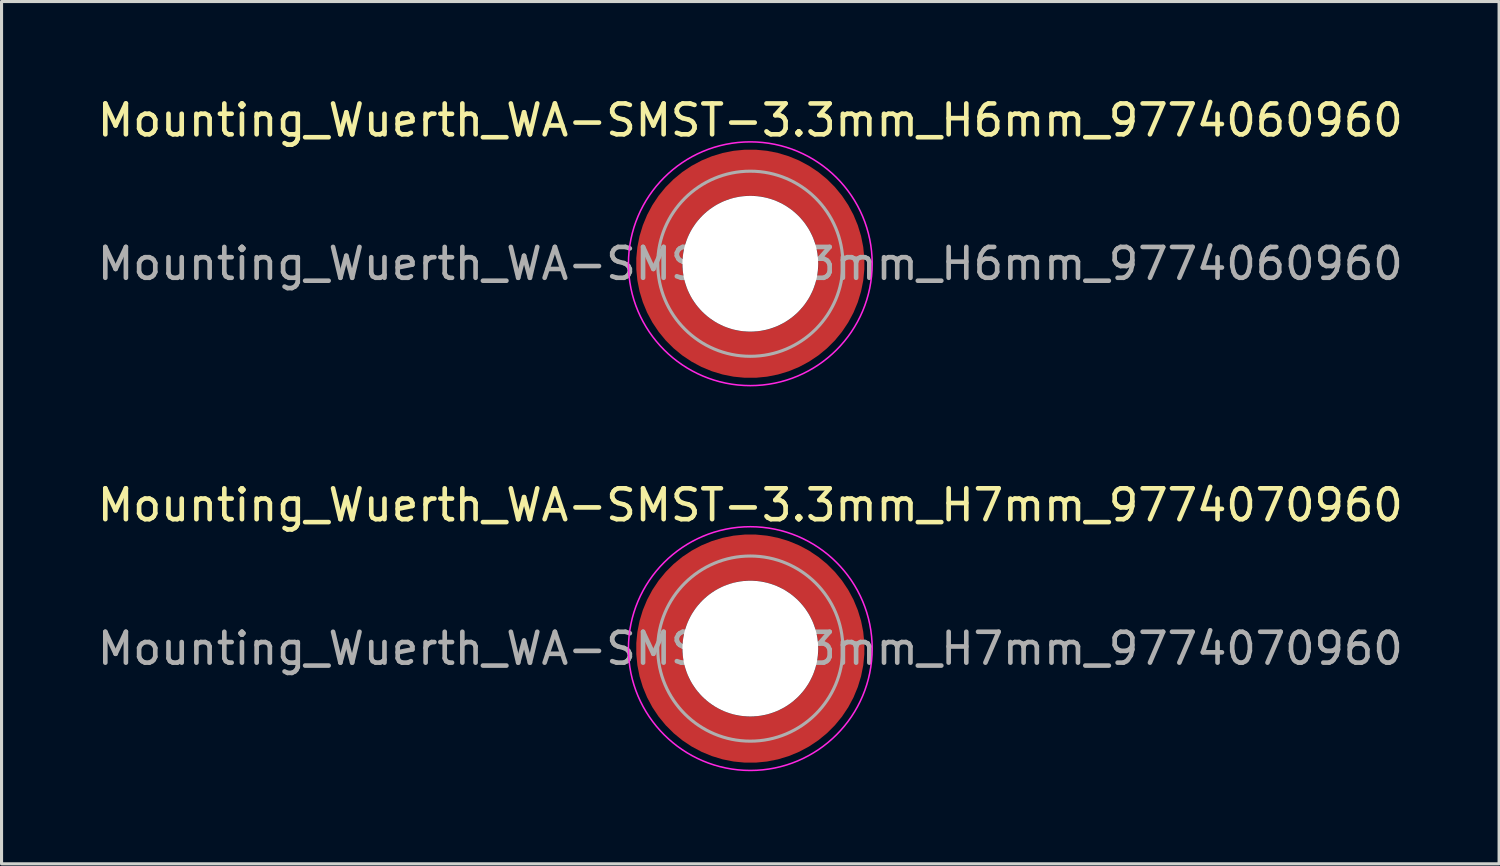
<source format=kicad_pcb>
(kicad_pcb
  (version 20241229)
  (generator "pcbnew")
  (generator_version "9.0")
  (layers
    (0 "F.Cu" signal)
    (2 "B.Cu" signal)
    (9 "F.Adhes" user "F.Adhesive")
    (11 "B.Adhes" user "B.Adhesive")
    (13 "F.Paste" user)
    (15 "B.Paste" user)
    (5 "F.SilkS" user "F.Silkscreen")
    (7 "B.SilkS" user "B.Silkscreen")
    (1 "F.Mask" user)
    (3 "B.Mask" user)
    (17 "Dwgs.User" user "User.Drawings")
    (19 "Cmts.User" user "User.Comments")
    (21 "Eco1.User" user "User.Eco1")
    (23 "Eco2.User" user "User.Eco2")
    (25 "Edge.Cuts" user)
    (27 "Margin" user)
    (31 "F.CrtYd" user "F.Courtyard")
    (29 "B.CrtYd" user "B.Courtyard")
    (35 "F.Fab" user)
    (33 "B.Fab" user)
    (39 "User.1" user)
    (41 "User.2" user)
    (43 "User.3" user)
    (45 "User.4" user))
  (footprint "Mounting_Wuerth_WA-SMST-3.3mm_H6mm_9774060960"
    (layer "F.Cu")
    (at 21.268 5.498)
    (property "Reference" "Mounting_Wuerth_WA-SMST-3.3mm_H6mm_9774060960" (at 0 -4.65 0) (layer "F.SilkS") (effects (font (size 1 1) (thickness 0.15))))
    (attr smd allow_soldermask_bridges)
    (fp_circle (center 0 0) (end 3.95 0) (stroke (width 0.05) (type solid)) (fill no) (layer "F.CrtYd"))
    (fp_circle (center 0 0) (end 3 0) (stroke (width 0.1) (type solid)) (fill no) (layer "F.Fab"))
    (fp_text user "${REFERENCE}" (at 0 0 0) (layer "F.Fab") (effects (font (size 1 1) (thickness 0.15))))
    (pad "" smd custom (at -2.058 -2.058) (size 0.55 0.55) (layers "F.Paste") (options (anchor circle)) (primitives (gr_arc (start -0.377294 1.707681) (mid 0.318198 0.318198) (end 1.707681 -0.377294) (width 0.2)) (gr_arc (start -0.478281 1.707681) (mid 0.247487 0.247487) (end 1.707681 -0.478281) (width 0.2)) (gr_arc (start -0.579192 1.707681) (mid 0.176777 0.176777) (end 1.707681 -0.579192) (width 0.2)) (gr_arc (start -0.680037 1.707681) (mid 0.106066 0.106066) (end 1.707681 -0.680037) (width 0.2)) (gr_arc (start -0.780822 1.707681) (mid 0.035355 0.035355) (end 1.707681 -0.780822) (width 0.2)) (gr_arc (start -0.881554 1.707681) (mid -0.035355 -0.035355) (end 1.707681 -0.881554) (width 0.2)) (gr_arc (start -0.982237 1.707681) (mid -0.106066 -0.106066) (end 1.707681 -0.982237) (width 0.2)) (gr_arc (start -1.082877 1.707681) (mid -0.176777 -0.176777) (end 1.707681 -1.082877) (width 0.2)) (gr_arc (start -1.183476 1.707681) (mid -0.247487 -0.247487) (end 1.707681 -1.183476) (width 0.2)) (gr_arc (start -1.28404 1.707681) (mid -0.318198 -0.318198) (end 1.707681 -1.28404) (width 0.2)) (gr_line (start 1.708 -0.377) (end 1.708 -1.284) (width 0.2)) (gr_line (start -0.377 1.708) (end -1.284 1.708) (width 0.2))))
    (pad "" smd custom (at -2.058 2.058) (size 0.55 0.55) (layers "F.Paste") (options (anchor circle)) (primitives (gr_arc (start 1.707681 0.377294) (mid 0.318198 -0.318198) (end -0.377294 -1.707681) (width 0.2)) (gr_arc (start 1.707681 0.478281) (mid 0.247487 -0.247487) (end -0.478281 -1.707681) (width 0.2)) (gr_arc (start 1.707681 0.579192) (mid 0.176777 -0.176777) (end -0.579192 -1.707681) (width 0.2)) (gr_arc (start 1.707681 0.680037) (mid 0.106066 -0.106066) (end -0.680037 -1.707681) (width 0.2)) (gr_arc (start 1.707681 0.780822) (mid 0.035355 -0.035355) (end -0.780822 -1.707681) (width 0.2)) (gr_arc (start 1.707681 0.881554) (mid -0.035355 0.035355) (end -0.881554 -1.707681) (width 0.2)) (gr_arc (start 1.707681 0.982237) (mid -0.106066 0.106066) (end -0.982237 -1.707681) (width 0.2)) (gr_arc (start 1.707681 1.082877) (mid -0.176777 0.176777) (end -1.082877 -1.707681) (width 0.2)) (gr_arc (start 1.707681 1.183476) (mid -0.247487 0.247487) (end -1.183476 -1.707681) (width 0.2)) (gr_arc (start 1.707681 1.28404) (mid -0.318198 0.318198) (end -1.28404 -1.707681) (width 0.2)) (gr_line (start -0.377 -1.708) (end -1.284 -1.708) (width 0.2)) (gr_line (start 1.708 0.377) (end 1.708 1.284) (width 0.2))))
    (pad "" np_thru_hole circle (at 0 0) (size 4.4 4.4) (drill 4.4) (layers "*.Cu" "*.Mask"))
    (pad "" smd custom (at 2.058 -2.058) (size 0.55 0.55) (layers "F.Paste") (options (anchor circle)) (primitives (gr_arc (start -1.707681 -0.377294) (mid -0.318198 0.318198) (end 0.377294 1.707681) (width 0.2)) (gr_arc (start -1.707681 -0.478281) (mid -0.247487 0.247487) (end 0.478281 1.707681) (width 0.2)) (gr_arc (start -1.707681 -0.579192) (mid -0.176777 0.176777) (end 0.579192 1.707681) (width 0.2)) (gr_arc (start -1.707681 -0.680037) (mid -0.106066 0.106066) (end 0.680037 1.707681) (width 0.2)) (gr_arc (start -1.707681 -0.780822) (mid -0.035355 0.035355) (end 0.780822 1.707681) (width 0.2)) (gr_arc (start -1.707681 -0.881554) (mid 0.035355 -0.035355) (end 0.881554 1.707681) (width 0.2)) (gr_arc (start -1.707681 -0.982237) (mid 0.106066 -0.106066) (end 0.982237 1.707681) (width 0.2)) (gr_arc (start -1.707681 -1.082877) (mid 0.176777 -0.176777) (end 1.082877 1.707681) (width 0.2)) (gr_arc (start -1.707681 -1.183476) (mid 0.247487 -0.247487) (end 1.183476 1.707681) (width 0.2)) (gr_arc (start -1.707681 -1.28404) (mid 0.318198 -0.318198) (end 1.28404 1.707681) (width 0.2)) (gr_line (start 0.377 1.708) (end 1.284 1.708) (width 0.2)) (gr_line (start -1.708 -0.377) (end -1.708 -1.284) (width 0.2))))
    (pad "" smd custom (at 2.058 2.058) (size 0.55 0.55) (layers "F.Paste") (options (anchor circle)) (primitives (gr_arc (start 0.377294 -1.707681) (mid -0.318198 -0.318198) (end -1.707681 0.377294) (width 0.2)) (gr_arc (start 0.478281 -1.707681) (mid -0.247487 -0.247487) (end -1.707681 0.478281) (width 0.2)) (gr_arc (start 0.579192 -1.707681) (mid -0.176777 -0.176777) (end -1.707681 0.579192) (width 0.2)) (gr_arc (start 0.680037 -1.707681) (mid -0.106066 -0.106066) (end -1.707681 0.680037) (width 0.2)) (gr_arc (start 0.780822 -1.707681) (mid -0.035355 -0.035355) (end -1.707681 0.780822) (width 0.2)) (gr_arc (start 0.881554 -1.707681) (mid 0.035355 0.035355) (end -1.707681 0.881554) (width 0.2)) (gr_arc (start 0.982237 -1.707681) (mid 0.106066 0.106066) (end -1.707681 0.982237) (width 0.2)) (gr_arc (start 1.082877 -1.707681) (mid 0.176777 0.176777) (end -1.707681 1.082877) (width 0.2)) (gr_arc (start 1.183476 -1.707681) (mid 0.247487 0.247487) (end -1.707681 1.183476) (width 0.2)) (gr_arc (start 1.28404 -1.707681) (mid 0.318198 0.318198) (end -1.707681 1.28404) (width 0.2)) (gr_line (start -1.708 0.377) (end -1.708 1.284) (width 0.2)) (gr_line (start 0.377 -1.708) (end 1.284 -1.708) (width 0.2))))
    (pad "1" smd circle (at -2.95 0) (size 0.992 0.992) (layers "F.Cu"))
    (pad "1" smd circle (at 0 -2.95) (size 0.992 0.992) (layers "F.Cu"))
    (pad "1" smd circle (at 0 2.95) (size 0.992 0.992) (layers "F.Cu"))
    (pad "1" smd custom (at 2.95 0) (size 1.5 1.5) (layers "F.Cu" "F.Mask") (options (anchor circle)) (primitives (gr_circle (center -2.95 0) (end 0 0) (width 1.5) (fill no)))))
  (footprint "Mounting_Wuerth_WA-SMST-3.3mm_H7mm_9774070960"
    (layer "F.Cu")
    (at 21.268 17.971)
    (property "Reference" "Mounting_Wuerth_WA-SMST-3.3mm_H7mm_9774070960" (at 0 -4.65 0) (layer "F.SilkS") (effects (font (size 1 1) (thickness 0.15))))
    (attr smd allow_soldermask_bridges)
    (fp_circle (center 0 0) (end 3.95 0) (stroke (width 0.05) (type solid)) (fill no) (layer "F.CrtYd"))
    (fp_circle (center 0 0) (end 3 0) (stroke (width 0.1) (type solid)) (fill no) (layer "F.Fab"))
    (fp_text user "${REFERENCE}" (at 0 0 0) (layer "F.Fab") (effects (font (size 1 1) (thickness 0.15))))
    (pad "" smd custom (at -2.058 -2.058) (size 0.55 0.55) (layers "F.Paste") (options (anchor circle)) (primitives (gr_arc (start -0.377294 1.707681) (mid 0.318198 0.318198) (end 1.707681 -0.377294) (width 0.2)) (gr_arc (start -0.478281 1.707681) (mid 0.247487 0.247487) (end 1.707681 -0.478281) (width 0.2)) (gr_arc (start -0.579192 1.707681) (mid 0.176777 0.176777) (end 1.707681 -0.579192) (width 0.2)) (gr_arc (start -0.680037 1.707681) (mid 0.106066 0.106066) (end 1.707681 -0.680037) (width 0.2)) (gr_arc (start -0.780822 1.707681) (mid 0.035355 0.035355) (end 1.707681 -0.780822) (width 0.2)) (gr_arc (start -0.881554 1.707681) (mid -0.035355 -0.035355) (end 1.707681 -0.881554) (width 0.2)) (gr_arc (start -0.982237 1.707681) (mid -0.106066 -0.106066) (end 1.707681 -0.982237) (width 0.2)) (gr_arc (start -1.082877 1.707681) (mid -0.176777 -0.176777) (end 1.707681 -1.082877) (width 0.2)) (gr_arc (start -1.183476 1.707681) (mid -0.247487 -0.247487) (end 1.707681 -1.183476) (width 0.2)) (gr_arc (start -1.28404 1.707681) (mid -0.318198 -0.318198) (end 1.707681 -1.28404) (width 0.2)) (gr_line (start 1.708 -0.377) (end 1.708 -1.284) (width 0.2)) (gr_line (start -0.377 1.708) (end -1.284 1.708) (width 0.2))))
    (pad "" smd custom (at -2.058 2.058) (size 0.55 0.55) (layers "F.Paste") (options (anchor circle)) (primitives (gr_arc (start 1.707681 0.377294) (mid 0.318198 -0.318198) (end -0.377294 -1.707681) (width 0.2)) (gr_arc (start 1.707681 0.478281) (mid 0.247487 -0.247487) (end -0.478281 -1.707681) (width 0.2)) (gr_arc (start 1.707681 0.579192) (mid 0.176777 -0.176777) (end -0.579192 -1.707681) (width 0.2)) (gr_arc (start 1.707681 0.680037) (mid 0.106066 -0.106066) (end -0.680037 -1.707681) (width 0.2)) (gr_arc (start 1.707681 0.780822) (mid 0.035355 -0.035355) (end -0.780822 -1.707681) (width 0.2)) (gr_arc (start 1.707681 0.881554) (mid -0.035355 0.035355) (end -0.881554 -1.707681) (width 0.2)) (gr_arc (start 1.707681 0.982237) (mid -0.106066 0.106066) (end -0.982237 -1.707681) (width 0.2)) (gr_arc (start 1.707681 1.082877) (mid -0.176777 0.176777) (end -1.082877 -1.707681) (width 0.2)) (gr_arc (start 1.707681 1.183476) (mid -0.247487 0.247487) (end -1.183476 -1.707681) (width 0.2)) (gr_arc (start 1.707681 1.28404) (mid -0.318198 0.318198) (end -1.28404 -1.707681) (width 0.2)) (gr_line (start -0.377 -1.708) (end -1.284 -1.708) (width 0.2)) (gr_line (start 1.708 0.377) (end 1.708 1.284) (width 0.2))))
    (pad "" np_thru_hole circle (at 0 0) (size 4.4 4.4) (drill 4.4) (layers "*.Cu" "*.Mask"))
    (pad "" smd custom (at 2.058 -2.058) (size 0.55 0.55) (layers "F.Paste") (options (anchor circle)) (primitives (gr_arc (start -1.707681 -0.377294) (mid -0.318198 0.318198) (end 0.377294 1.707681) (width 0.2)) (gr_arc (start -1.707681 -0.478281) (mid -0.247487 0.247487) (end 0.478281 1.707681) (width 0.2)) (gr_arc (start -1.707681 -0.579192) (mid -0.176777 0.176777) (end 0.579192 1.707681) (width 0.2)) (gr_arc (start -1.707681 -0.680037) (mid -0.106066 0.106066) (end 0.680037 1.707681) (width 0.2)) (gr_arc (start -1.707681 -0.780822) (mid -0.035355 0.035355) (end 0.780822 1.707681) (width 0.2)) (gr_arc (start -1.707681 -0.881554) (mid 0.035355 -0.035355) (end 0.881554 1.707681) (width 0.2)) (gr_arc (start -1.707681 -0.982237) (mid 0.106066 -0.106066) (end 0.982237 1.707681) (width 0.2)) (gr_arc (start -1.707681 -1.082877) (mid 0.176777 -0.176777) (end 1.082877 1.707681) (width 0.2)) (gr_arc (start -1.707681 -1.183476) (mid 0.247487 -0.247487) (end 1.183476 1.707681) (width 0.2)) (gr_arc (start -1.707681 -1.28404) (mid 0.318198 -0.318198) (end 1.28404 1.707681) (width 0.2)) (gr_line (start 0.377 1.708) (end 1.284 1.708) (width 0.2)) (gr_line (start -1.708 -0.377) (end -1.708 -1.284) (width 0.2))))
    (pad "" smd custom (at 2.058 2.058) (size 0.55 0.55) (layers "F.Paste") (options (anchor circle)) (primitives (gr_arc (start 0.377294 -1.707681) (mid -0.318198 -0.318198) (end -1.707681 0.377294) (width 0.2)) (gr_arc (start 0.478281 -1.707681) (mid -0.247487 -0.247487) (end -1.707681 0.478281) (width 0.2)) (gr_arc (start 0.579192 -1.707681) (mid -0.176777 -0.176777) (end -1.707681 0.579192) (width 0.2)) (gr_arc (start 0.680037 -1.707681) (mid -0.106066 -0.106066) (end -1.707681 0.680037) (width 0.2)) (gr_arc (start 0.780822 -1.707681) (mid -0.035355 -0.035355) (end -1.707681 0.780822) (width 0.2)) (gr_arc (start 0.881554 -1.707681) (mid 0.035355 0.035355) (end -1.707681 0.881554) (width 0.2)) (gr_arc (start 0.982237 -1.707681) (mid 0.106066 0.106066) (end -1.707681 0.982237) (width 0.2)) (gr_arc (start 1.082877 -1.707681) (mid 0.176777 0.176777) (end -1.707681 1.082877) (width 0.2)) (gr_arc (start 1.183476 -1.707681) (mid 0.247487 0.247487) (end -1.707681 1.183476) (width 0.2)) (gr_arc (start 1.28404 -1.707681) (mid 0.318198 0.318198) (end -1.707681 1.28404) (width 0.2)) (gr_line (start -1.708 0.377) (end -1.708 1.284) (width 0.2)) (gr_line (start 0.377 -1.708) (end 1.284 -1.708) (width 0.2))))
    (pad "1" smd circle (at -2.95 0) (size 0.992 0.992) (layers "F.Cu"))
    (pad "1" smd circle (at 0 -2.95) (size 0.992 0.992) (layers "F.Cu"))
    (pad "1" smd circle (at 0 2.95) (size 0.992 0.992) (layers "F.Cu"))
    (pad "1" smd custom (at 2.95 0) (size 1.5 1.5) (layers "F.Cu" "F.Mask") (options (anchor circle)) (primitives (gr_circle (center -2.95 0) (end 0 0) (width 1.5) (fill no)))))
  (gr_rect
    (start -3 -3)
    (end 45.536 24.947)
    (stroke (width 0.1) (type default))
    (fill no)
    (layer "Edge.Cuts")))
</source>
